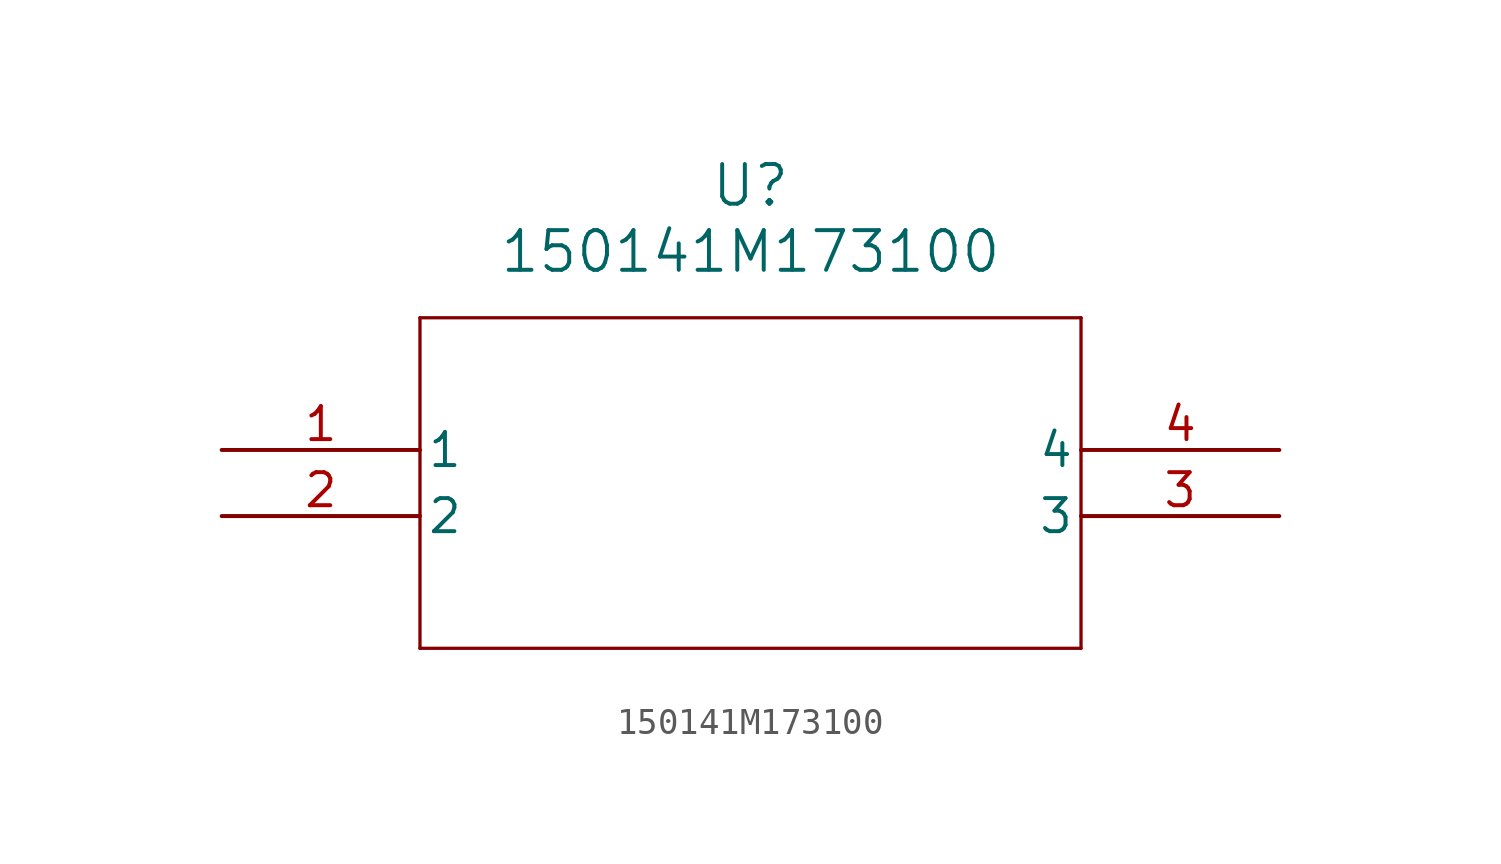
<source format=kicad_sym>
(kicad_symbol_lib
  (version 20211014)
  (generator kicad_symbol_editor)
  (symbol "150141M173100"
    (pin_names
      (offset 0.254))
    (property "Reference" "U"
      (at 20.32 10.16 0)
      (effects (font (size 1.524 1.524))))
    (property "Value" "150141M173100"
      (at 20.32 7.62 0)
      (effects (font (size 1.524 1.524))))
    (symbol "150141M173100_0_1"
      (polyline (pts (xy 7.62 5.08) (xy 7.62 -7.62)) (stroke (width 0.127) (type default) (color 0 0 0 0)) (fill (type none)))
      (polyline (pts (xy 7.62 -7.62) (xy 33.02 -7.62)) (stroke (width 0.127) (type default) (color 0 0 0 0)) (fill (type none)))
      (polyline (pts (xy 33.02 -7.62) (xy 33.02 5.08)) (stroke (width 0.127) (type default) (color 0 0 0 0)) (fill (type none)))
      (polyline (pts (xy 33.02 5.08) (xy 7.62 5.08)) (stroke (width 0.127) (type default) (color 0 0 0 0)) (fill (type none)))
      (pin unspecified line (at 0 0 0) (length 7.62) (name "1" (effects (font (size 1.27 1.27)))) (number "1" (effects (font (size 1.27 1.27)))))
      (pin unspecified line (at 0 -2.54 0) (length 7.62) (name "2" (effects (font (size 1.27 1.27)))) (number "2" (effects (font (size 1.27 1.27)))))
      (pin unspecified line (at 40.64 -2.54 180) (length 7.62) (name "3" (effects (font (size 1.27 1.27)))) (number "3" (effects (font (size 1.27 1.27)))))
      (pin unspecified line (at 40.64 0 180) (length 7.62) (name "4" (effects (font (size 1.27 1.27)))) (number "4" (effects (font (size 1.27 1.27))))))))
</source>
